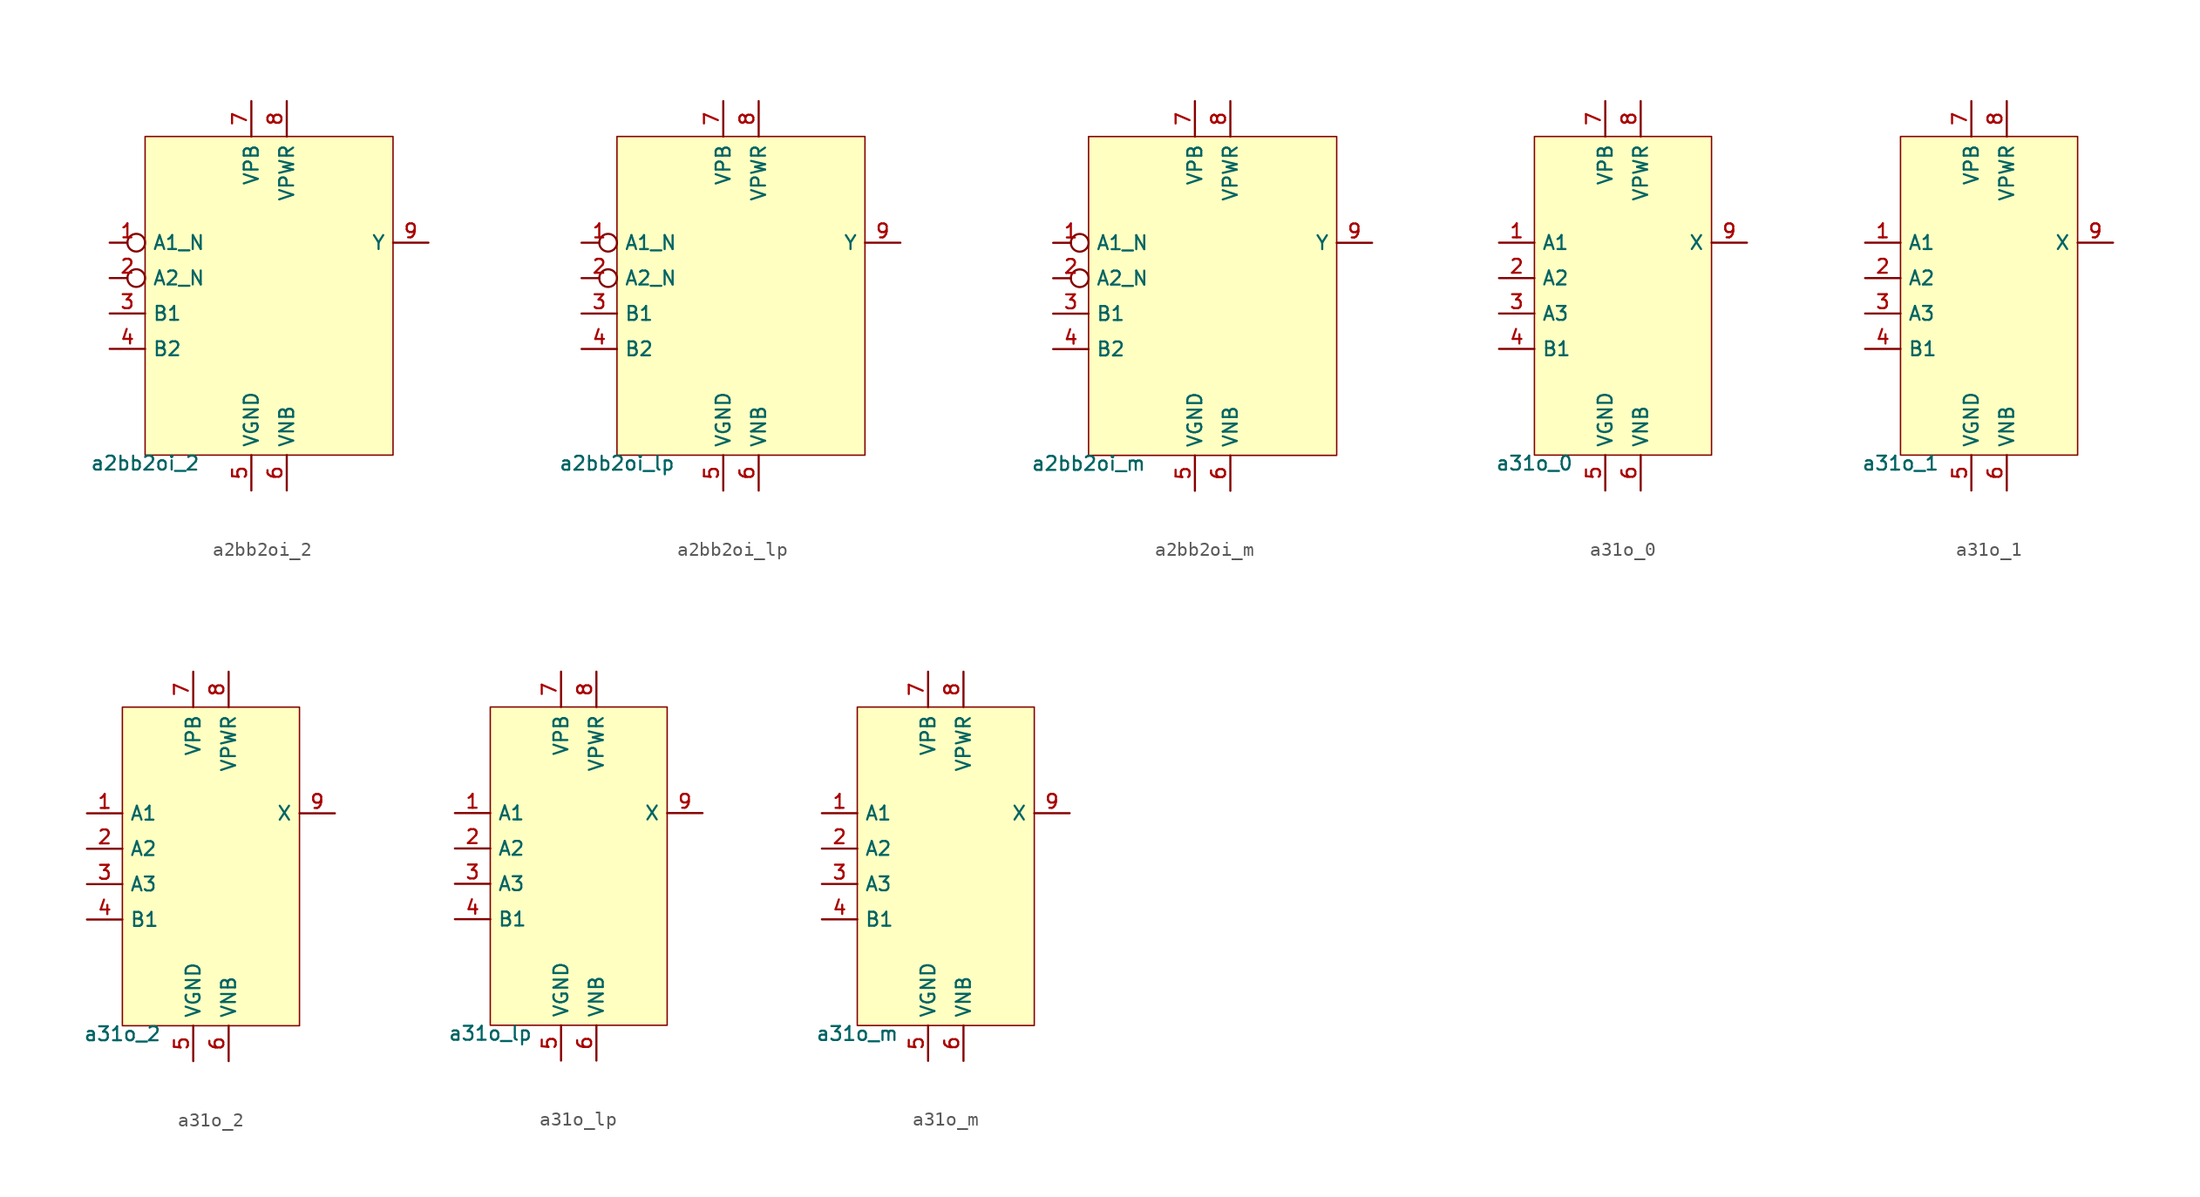
<source format=kicad_sym>
(kicad_symbol_lib
  (version 20211014)
  (generator pdk2kicad)
  (symbol "a2bb2oi_2"
    (property "Reference" "X"
      (at 0 0 0)
      (effects (font (size 1 1)) hide))
    (property "Value" "a2bb2oi_2"
      (at -8.89 -11.43 0)
      (effects (font (size 1 1)) (justify top)))
    (rectangle
      (start -8.89 -11.43)
      (end 8.89 11.43)
      (stroke (width 0.1) (type solid) (color 0 0 0 0))
      (fill (type background)))
    (pin input inverted
      (at -11.43 3.81 0)
      (length 2.54)
      (name "A1_N" (effects (font (size 1 1)) hide))
      (number "1" (effects (font (size 1 1)) hide)))
    (pin input inverted
      (at -11.43 1.27 0)
      (length 2.54)
      (name "A2_N" (effects (font (size 1 1)) hide))
      (number "2" (effects (font (size 1 1)) hide)))
    (pin input line
      (at -11.43 -1.27 0)
      (length 2.54)
      (name "B1" (effects (font (size 1 1)) hide))
      (number "3" (effects (font (size 1 1)) hide)))
    (pin input line
      (at -11.43 -3.81 0)
      (length 2.54)
      (name "B2" (effects (font (size 1 1)) hide))
      (number "4" (effects (font (size 1 1)) hide)))
    (pin power_in line
      (at -1.27 -13.97 90)
      (length 2.54)
      (name "VGND" (effects (font (size 1 1)) hide))
      (number "5" (effects (font (size 1 1)) hide)))
    (pin power_in line
      (at 1.27 -13.97 90)
      (length 2.54)
      (name "VNB" (effects (font (size 1 1)) hide))
      (number "6" (effects (font (size 1 1)) hide)))
    (pin power_in line
      (at -1.27 13.97 270)
      (length 2.54)
      (name "VPB" (effects (font (size 1 1)) hide))
      (number "7" (effects (font (size 1 1)) hide)))
    (pin power_in line
      (at 1.27 13.97 270)
      (length 2.54)
      (name "VPWR" (effects (font (size 1 1)) hide))
      (number "8" (effects (font (size 1 1)) hide)))
    (pin output line
      (at 11.43 3.81 180)
      (length 2.54)
      (name "Y" (effects (font (size 1 1)) hide))
      (number "9" (effects (font (size 1 1)) hide))))
  (symbol "a2bb2oi_lp"
    (property "Reference" "X"
      (at 0 0 0)
      (effects (font (size 1 1)) hide))
    (property "Value" "a2bb2oi_lp"
      (at -8.89 -11.43 0)
      (effects (font (size 1 1)) (justify top)))
    (rectangle
      (start -8.89 -11.43)
      (end 8.89 11.43)
      (stroke (width 0.1) (type solid) (color 0 0 0 0))
      (fill (type background)))
    (pin input inverted
      (at -11.43 3.81 0)
      (length 2.54)
      (name "A1_N" (effects (font (size 1 1)) hide))
      (number "1" (effects (font (size 1 1)) hide)))
    (pin input inverted
      (at -11.43 1.27 0)
      (length 2.54)
      (name "A2_N" (effects (font (size 1 1)) hide))
      (number "2" (effects (font (size 1 1)) hide)))
    (pin input line
      (at -11.43 -1.27 0)
      (length 2.54)
      (name "B1" (effects (font (size 1 1)) hide))
      (number "3" (effects (font (size 1 1)) hide)))
    (pin input line
      (at -11.43 -3.81 0)
      (length 2.54)
      (name "B2" (effects (font (size 1 1)) hide))
      (number "4" (effects (font (size 1 1)) hide)))
    (pin power_in line
      (at -1.27 -13.97 90)
      (length 2.54)
      (name "VGND" (effects (font (size 1 1)) hide))
      (number "5" (effects (font (size 1 1)) hide)))
    (pin power_in line
      (at 1.27 -13.97 90)
      (length 2.54)
      (name "VNB" (effects (font (size 1 1)) hide))
      (number "6" (effects (font (size 1 1)) hide)))
    (pin power_in line
      (at -1.27 13.97 270)
      (length 2.54)
      (name "VPB" (effects (font (size 1 1)) hide))
      (number "7" (effects (font (size 1 1)) hide)))
    (pin power_in line
      (at 1.27 13.97 270)
      (length 2.54)
      (name "VPWR" (effects (font (size 1 1)) hide))
      (number "8" (effects (font (size 1 1)) hide)))
    (pin output line
      (at 11.43 3.81 180)
      (length 2.54)
      (name "Y" (effects (font (size 1 1)) hide))
      (number "9" (effects (font (size 1 1)) hide))))
  (symbol "a2bb2oi_m"
    (property "Reference" "X"
      (at 0 0 0)
      (effects (font (size 1 1)) hide))
    (property "Value" "a2bb2oi_m"
      (at -8.89 -11.43 0)
      (effects (font (size 1 1)) (justify top)))
    (rectangle
      (start -8.89 -11.43)
      (end 8.89 11.43)
      (stroke (width 0.1) (type solid) (color 0 0 0 0))
      (fill (type background)))
    (pin input inverted
      (at -11.43 3.81 0)
      (length 2.54)
      (name "A1_N" (effects (font (size 1 1)) hide))
      (number "1" (effects (font (size 1 1)) hide)))
    (pin input inverted
      (at -11.43 1.27 0)
      (length 2.54)
      (name "A2_N" (effects (font (size 1 1)) hide))
      (number "2" (effects (font (size 1 1)) hide)))
    (pin input line
      (at -11.43 -1.27 0)
      (length 2.54)
      (name "B1" (effects (font (size 1 1)) hide))
      (number "3" (effects (font (size 1 1)) hide)))
    (pin input line
      (at -11.43 -3.81 0)
      (length 2.54)
      (name "B2" (effects (font (size 1 1)) hide))
      (number "4" (effects (font (size 1 1)) hide)))
    (pin power_in line
      (at -1.27 -13.97 90)
      (length 2.54)
      (name "VGND" (effects (font (size 1 1)) hide))
      (number "5" (effects (font (size 1 1)) hide)))
    (pin power_in line
      (at 1.27 -13.97 90)
      (length 2.54)
      (name "VNB" (effects (font (size 1 1)) hide))
      (number "6" (effects (font (size 1 1)) hide)))
    (pin power_in line
      (at -1.27 13.97 270)
      (length 2.54)
      (name "VPB" (effects (font (size 1 1)) hide))
      (number "7" (effects (font (size 1 1)) hide)))
    (pin power_in line
      (at 1.27 13.97 270)
      (length 2.54)
      (name "VPWR" (effects (font (size 1 1)) hide))
      (number "8" (effects (font (size 1 1)) hide)))
    (pin output line
      (at 11.43 3.81 180)
      (length 2.54)
      (name "Y" (effects (font (size 1 1)) hide))
      (number "9" (effects (font (size 1 1)) hide))))
  (symbol "a31o_0"
    (property "Reference" "X"
      (at 0 0 0)
      (effects (font (size 1 1)) hide))
    (property "Value" "a31o_0"
      (at -6.35 -11.43 0)
      (effects (font (size 1 1)) (justify top)))
    (rectangle
      (start -6.35 -11.43)
      (end 6.35 11.43)
      (stroke (width 0.1) (type solid) (color 0 0 0 0))
      (fill (type background)))
    (pin input line
      (at -8.89 3.81 0)
      (length 2.54)
      (name "A1" (effects (font (size 1 1)) hide))
      (number "1" (effects (font (size 1 1)) hide)))
    (pin input line
      (at -8.89 1.27 0)
      (length 2.54)
      (name "A2" (effects (font (size 1 1)) hide))
      (number "2" (effects (font (size 1 1)) hide)))
    (pin input line
      (at -8.89 -1.27 0)
      (length 2.54)
      (name "A3" (effects (font (size 1 1)) hide))
      (number "3" (effects (font (size 1 1)) hide)))
    (pin input line
      (at -8.89 -3.81 0)
      (length 2.54)
      (name "B1" (effects (font (size 1 1)) hide))
      (number "4" (effects (font (size 1 1)) hide)))
    (pin power_in line
      (at -1.27 -13.97 90)
      (length 2.54)
      (name "VGND" (effects (font (size 1 1)) hide))
      (number "5" (effects (font (size 1 1)) hide)))
    (pin power_in line
      (at 1.27 -13.97 90)
      (length 2.54)
      (name "VNB" (effects (font (size 1 1)) hide))
      (number "6" (effects (font (size 1 1)) hide)))
    (pin power_in line
      (at -1.27 13.97 270)
      (length 2.54)
      (name "VPB" (effects (font (size 1 1)) hide))
      (number "7" (effects (font (size 1 1)) hide)))
    (pin power_in line
      (at 1.27 13.97 270)
      (length 2.54)
      (name "VPWR" (effects (font (size 1 1)) hide))
      (number "8" (effects (font (size 1 1)) hide)))
    (pin output line
      (at 8.89 3.81 180)
      (length 2.54)
      (name "X" (effects (font (size 1 1)) hide))
      (number "9" (effects (font (size 1 1)) hide))))
  (symbol "a31o_1"
    (property "Reference" "X"
      (at 0 0 0)
      (effects (font (size 1 1)) hide))
    (property "Value" "a31o_1"
      (at -6.35 -11.43 0)
      (effects (font (size 1 1)) (justify top)))
    (rectangle
      (start -6.35 -11.43)
      (end 6.35 11.43)
      (stroke (width 0.1) (type solid) (color 0 0 0 0))
      (fill (type background)))
    (pin input line
      (at -8.89 3.81 0)
      (length 2.54)
      (name "A1" (effects (font (size 1 1)) hide))
      (number "1" (effects (font (size 1 1)) hide)))
    (pin input line
      (at -8.89 1.27 0)
      (length 2.54)
      (name "A2" (effects (font (size 1 1)) hide))
      (number "2" (effects (font (size 1 1)) hide)))
    (pin input line
      (at -8.89 -1.27 0)
      (length 2.54)
      (name "A3" (effects (font (size 1 1)) hide))
      (number "3" (effects (font (size 1 1)) hide)))
    (pin input line
      (at -8.89 -3.81 0)
      (length 2.54)
      (name "B1" (effects (font (size 1 1)) hide))
      (number "4" (effects (font (size 1 1)) hide)))
    (pin power_in line
      (at -1.27 -13.97 90)
      (length 2.54)
      (name "VGND" (effects (font (size 1 1)) hide))
      (number "5" (effects (font (size 1 1)) hide)))
    (pin power_in line
      (at 1.27 -13.97 90)
      (length 2.54)
      (name "VNB" (effects (font (size 1 1)) hide))
      (number "6" (effects (font (size 1 1)) hide)))
    (pin power_in line
      (at -1.27 13.97 270)
      (length 2.54)
      (name "VPB" (effects (font (size 1 1)) hide))
      (number "7" (effects (font (size 1 1)) hide)))
    (pin power_in line
      (at 1.27 13.97 270)
      (length 2.54)
      (name "VPWR" (effects (font (size 1 1)) hide))
      (number "8" (effects (font (size 1 1)) hide)))
    (pin output line
      (at 8.89 3.81 180)
      (length 2.54)
      (name "X" (effects (font (size 1 1)) hide))
      (number "9" (effects (font (size 1 1)) hide))))
  (symbol "a31o_2"
    (property "Reference" "X"
      (at 0 0 0)
      (effects (font (size 1 1)) hide))
    (property "Value" "a31o_2"
      (at -6.35 -11.43 0)
      (effects (font (size 1 1)) (justify top)))
    (rectangle
      (start -6.35 -11.43)
      (end 6.35 11.43)
      (stroke (width 0.1) (type solid) (color 0 0 0 0))
      (fill (type background)))
    (pin input line
      (at -8.89 3.81 0)
      (length 2.54)
      (name "A1" (effects (font (size 1 1)) hide))
      (number "1" (effects (font (size 1 1)) hide)))
    (pin input line
      (at -8.89 1.27 0)
      (length 2.54)
      (name "A2" (effects (font (size 1 1)) hide))
      (number "2" (effects (font (size 1 1)) hide)))
    (pin input line
      (at -8.89 -1.27 0)
      (length 2.54)
      (name "A3" (effects (font (size 1 1)) hide))
      (number "3" (effects (font (size 1 1)) hide)))
    (pin input line
      (at -8.89 -3.81 0)
      (length 2.54)
      (name "B1" (effects (font (size 1 1)) hide))
      (number "4" (effects (font (size 1 1)) hide)))
    (pin power_in line
      (at -1.27 -13.97 90)
      (length 2.54)
      (name "VGND" (effects (font (size 1 1)) hide))
      (number "5" (effects (font (size 1 1)) hide)))
    (pin power_in line
      (at 1.27 -13.97 90)
      (length 2.54)
      (name "VNB" (effects (font (size 1 1)) hide))
      (number "6" (effects (font (size 1 1)) hide)))
    (pin power_in line
      (at -1.27 13.97 270)
      (length 2.54)
      (name "VPB" (effects (font (size 1 1)) hide))
      (number "7" (effects (font (size 1 1)) hide)))
    (pin power_in line
      (at 1.27 13.97 270)
      (length 2.54)
      (name "VPWR" (effects (font (size 1 1)) hide))
      (number "8" (effects (font (size 1 1)) hide)))
    (pin output line
      (at 8.89 3.81 180)
      (length 2.54)
      (name "X" (effects (font (size 1 1)) hide))
      (number "9" (effects (font (size 1 1)) hide))))
  (symbol "a31o_lp"
    (property "Reference" "X"
      (at 0 0 0)
      (effects (font (size 1 1)) hide))
    (property "Value" "a31o_lp"
      (at -6.35 -11.43 0)
      (effects (font (size 1 1)) (justify top)))
    (rectangle
      (start -6.35 -11.43)
      (end 6.35 11.43)
      (stroke (width 0.1) (type solid) (color 0 0 0 0))
      (fill (type background)))
    (pin input line
      (at -8.89 3.81 0)
      (length 2.54)
      (name "A1" (effects (font (size 1 1)) hide))
      (number "1" (effects (font (size 1 1)) hide)))
    (pin input line
      (at -8.89 1.27 0)
      (length 2.54)
      (name "A2" (effects (font (size 1 1)) hide))
      (number "2" (effects (font (size 1 1)) hide)))
    (pin input line
      (at -8.89 -1.27 0)
      (length 2.54)
      (name "A3" (effects (font (size 1 1)) hide))
      (number "3" (effects (font (size 1 1)) hide)))
    (pin input line
      (at -8.89 -3.81 0)
      (length 2.54)
      (name "B1" (effects (font (size 1 1)) hide))
      (number "4" (effects (font (size 1 1)) hide)))
    (pin power_in line
      (at -1.27 -13.97 90)
      (length 2.54)
      (name "VGND" (effects (font (size 1 1)) hide))
      (number "5" (effects (font (size 1 1)) hide)))
    (pin power_in line
      (at 1.27 -13.97 90)
      (length 2.54)
      (name "VNB" (effects (font (size 1 1)) hide))
      (number "6" (effects (font (size 1 1)) hide)))
    (pin power_in line
      (at -1.27 13.97 270)
      (length 2.54)
      (name "VPB" (effects (font (size 1 1)) hide))
      (number "7" (effects (font (size 1 1)) hide)))
    (pin power_in line
      (at 1.27 13.97 270)
      (length 2.54)
      (name "VPWR" (effects (font (size 1 1)) hide))
      (number "8" (effects (font (size 1 1)) hide)))
    (pin output line
      (at 8.89 3.81 180)
      (length 2.54)
      (name "X" (effects (font (size 1 1)) hide))
      (number "9" (effects (font (size 1 1)) hide))))
  (symbol "a31o_m"
    (property "Reference" "X"
      (at 0 0 0)
      (effects (font (size 1 1)) hide))
    (property "Value" "a31o_m"
      (at -6.35 -11.43 0)
      (effects (font (size 1 1)) (justify top)))
    (rectangle
      (start -6.35 -11.43)
      (end 6.35 11.43)
      (stroke (width 0.1) (type solid) (color 0 0 0 0))
      (fill (type background)))
    (pin input line
      (at -8.89 3.81 0)
      (length 2.54)
      (name "A1" (effects (font (size 1 1)) hide))
      (number "1" (effects (font (size 1 1)) hide)))
    (pin input line
      (at -8.89 1.27 0)
      (length 2.54)
      (name "A2" (effects (font (size 1 1)) hide))
      (number "2" (effects (font (size 1 1)) hide)))
    (pin input line
      (at -8.89 -1.27 0)
      (length 2.54)
      (name "A3" (effects (font (size 1 1)) hide))
      (number "3" (effects (font (size 1 1)) hide)))
    (pin input line
      (at -8.89 -3.81 0)
      (length 2.54)
      (name "B1" (effects (font (size 1 1)) hide))
      (number "4" (effects (font (size 1 1)) hide)))
    (pin power_in line
      (at -1.27 -13.97 90)
      (length 2.54)
      (name "VGND" (effects (font (size 1 1)) hide))
      (number "5" (effects (font (size 1 1)) hide)))
    (pin power_in line
      (at 1.27 -13.97 90)
      (length 2.54)
      (name "VNB" (effects (font (size 1 1)) hide))
      (number "6" (effects (font (size 1 1)) hide)))
    (pin power_in line
      (at -1.27 13.97 270)
      (length 2.54)
      (name "VPB" (effects (font (size 1 1)) hide))
      (number "7" (effects (font (size 1 1)) hide)))
    (pin power_in line
      (at 1.27 13.97 270)
      (length 2.54)
      (name "VPWR" (effects (font (size 1 1)) hide))
      (number "8" (effects (font (size 1 1)) hide)))
    (pin output line
      (at 8.89 3.81 180)
      (length 2.54)
      (name "X" (effects (font (size 1 1)) hide))
      (number "9" (effects (font (size 1 1)) hide)))))
</source>
